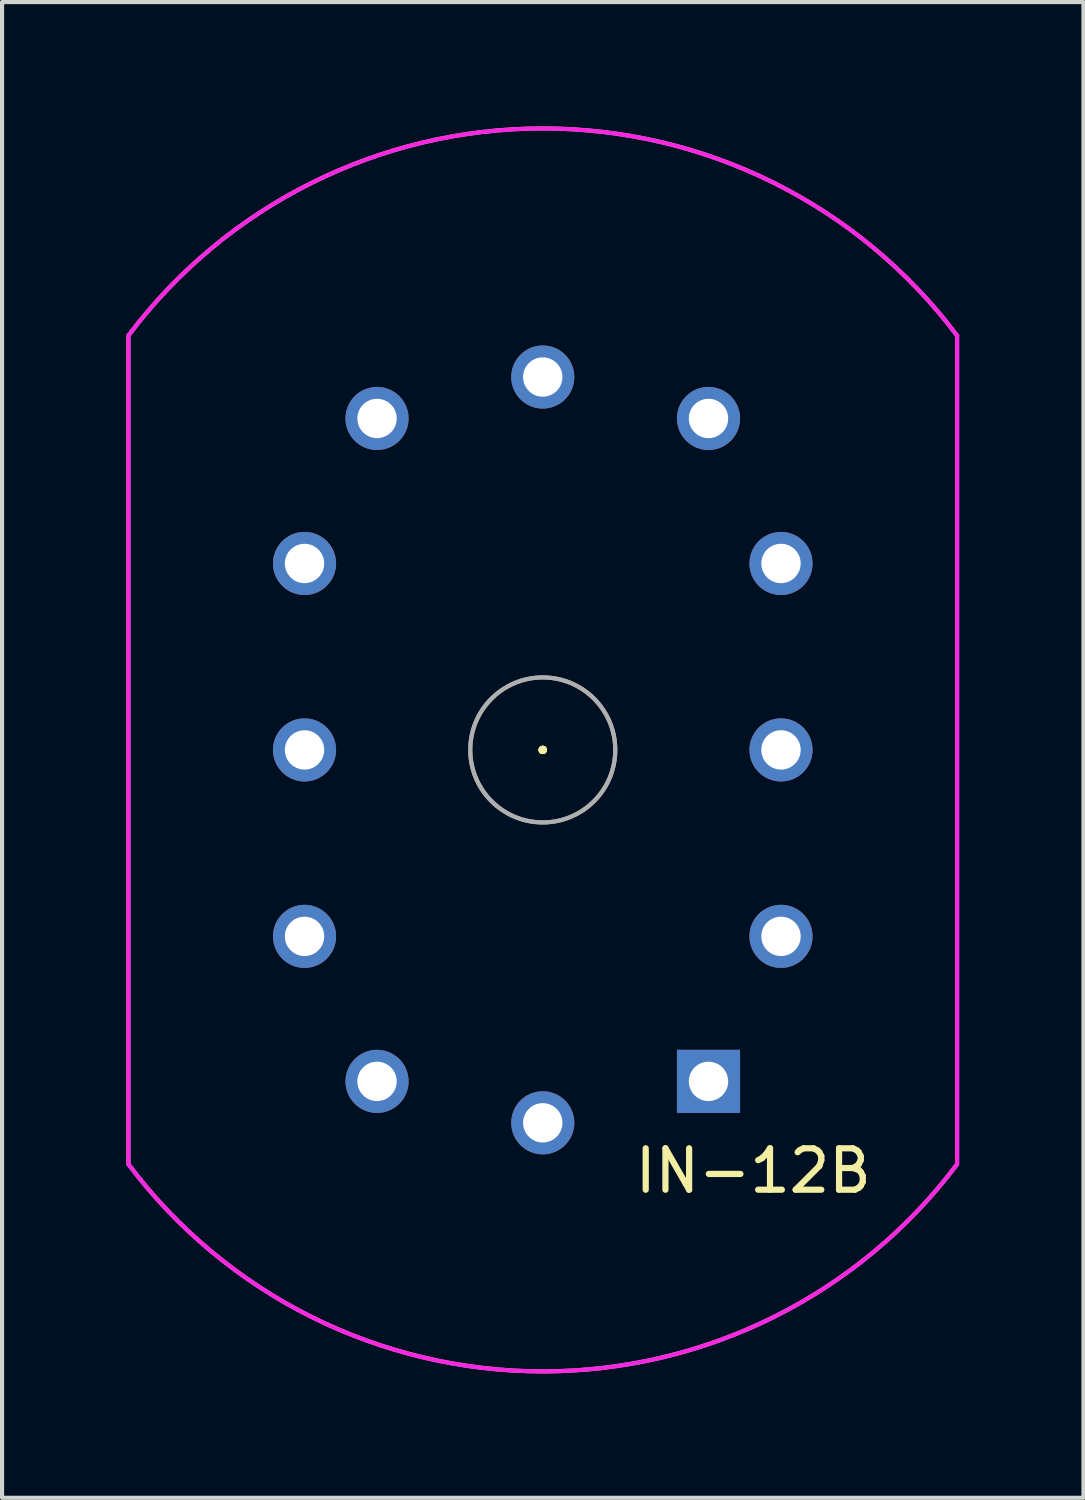
<source format=kicad_pcb>
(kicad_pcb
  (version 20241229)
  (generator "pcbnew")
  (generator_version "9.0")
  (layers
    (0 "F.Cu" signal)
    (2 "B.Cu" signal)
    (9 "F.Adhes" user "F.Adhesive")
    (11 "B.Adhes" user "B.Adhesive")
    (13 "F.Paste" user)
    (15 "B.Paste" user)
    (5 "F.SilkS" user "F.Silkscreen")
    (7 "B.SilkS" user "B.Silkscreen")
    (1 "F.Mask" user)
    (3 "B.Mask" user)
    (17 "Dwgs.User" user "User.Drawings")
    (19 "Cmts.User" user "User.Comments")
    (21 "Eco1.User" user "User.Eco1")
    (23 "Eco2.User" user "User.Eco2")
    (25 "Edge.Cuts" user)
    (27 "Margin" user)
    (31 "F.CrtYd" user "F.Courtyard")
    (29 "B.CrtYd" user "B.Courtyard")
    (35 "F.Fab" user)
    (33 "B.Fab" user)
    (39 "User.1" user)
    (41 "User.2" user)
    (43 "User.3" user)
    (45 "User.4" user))
  (footprint "IN-12B"
    (layer "F.Cu")
    (at 10.05 15.05)
    (property "Reference" "IN-12B" (at 5.08 10.16 0) (layer "F.SilkS") (effects (font (size 1 1) (thickness 0.15))))
    (attr through_hole)
    (fp_line (start 0 0) (end 0 0) (stroke (width 0.1) (type solid)) (layer "F.SilkS"))
    (fp_line (start 0 0) (end 0 0) (stroke (width 0.1) (type solid)) (layer "F.SilkS"))
    (fp_line (start 0 0) (end 0 0) (stroke (width 0.1) (type solid)) (layer "F.SilkS"))
    (fp_line (start 0 0) (end 0 0) (stroke (width 0.1) (type solid)) (layer "F.SilkS"))
    (fp_arc (start 0 0) (mid 0 0) (end 0 0) (stroke (width 0.1) (type solid)) (layer "F.SilkS"))
    (fp_arc (start 0 0) (mid 0 0) (end 0 0) (stroke (width 0.1) (type solid)) (layer "F.SilkS"))
    (fp_arc (start 0 0) (mid 0 0) (end 0 0) (stroke (width 0.1) (type solid)) (layer "F.SilkS"))
    (fp_arc (start 0 0) (mid 0 0) (end 0 0) (stroke (width 0.1) (type solid)) (layer "F.SilkS"))
    (fp_circle (center 0 0) (end 0 0) (stroke (width 0.1) (type solid)) (fill no) (layer "F.SilkS"))
    (fp_circle (center 0 0) (end 0 0) (stroke (width 0.1) (type solid)) (fill no) (layer "F.SilkS"))
    (fp_circle (center 0 0) (end 0 0) (stroke (width 0.1) (type solid)) (fill no) (layer "F.SilkS"))
    (fp_circle (center 0 0) (end 0 0) (stroke (width 0.1) (type solid)) (fill no) (layer "F.SilkS"))
    (fp_line (start -10 10) (end -10 -10) (stroke (width 0.1) (type solid)) (layer "F.CrtYd"))
    (fp_line (start 10 -10) (end 10 10) (stroke (width 0.1) (type solid)) (layer "F.CrtYd"))
    (fp_arc (start -9.992114 -10.010504) (mid 0.006567 -14.999999) (end 10 -10) (stroke (width 0.1) (type solid)) (layer "F.CrtYd"))
    (fp_arc (start 9.992114 10.010504) (mid -0.006567 14.999999) (end -10 10) (stroke (width 0.1) (type solid)) (layer "F.CrtYd"))
    (fp_line (start -10 10) (end -10 -10) (stroke (width 0.1) (type solid)) (layer "F.Fab"))
    (fp_line (start 10 -10) (end 10 10) (stroke (width 0.1) (type solid)) (layer "F.Fab"))
    (fp_arc (start -9.992114 -10.010504) (mid 0.006567 -14.999999) (end 10 -10) (stroke (width 0.1) (type solid)) (layer "F.Fab"))
    (fp_arc (start 9.992114 10.010504) (mid -0.006567 14.999999) (end -10 10) (stroke (width 0.1) (type solid)) (layer "F.Fab"))
    (fp_circle (center 0 0) (end 1.75 0) (stroke (width 0.1) (type solid)) (fill no) (layer "F.Fab"))
    (fp_circle (center 0 0) (end 1.75 0) (stroke (width 0.1) (type solid)) (fill no) (layer "F.Fab"))
    (fp_circle (center 4 8) (end 4.4 8) (stroke (width 0.1) (type solid)) (fill no) (layer "F.Fab"))
    (fp_circle (center 4 8) (end 4.4 8) (stroke (width 0.1) (type solid)) (fill no) (layer "F.Fab"))
    (pad "1" thru_hole rect (at 4 8) (size 1.524 1.524) (drill 0.95) (layers "*.Cu" "*.Mask"))
    (pad "2" thru_hole circle (at 5.75 4.5) (size 1.524 1.524) (drill 0.95) (layers "*.Cu" "*.Mask"))
    (pad "3" thru_hole circle (at 5.75 0) (size 1.524 1.524) (drill 0.95) (layers "*.Cu" "*.Mask"))
    (pad "4" thru_hole circle (at 5.75 -4.5) (size 1.524 1.524) (drill 0.95) (layers "*.Cu" "*.Mask"))
    (pad "5" thru_hole circle (at 4 -8) (size 1.524 1.524) (drill 0.95) (layers "*.Cu" "*.Mask"))
    (pad "6" thru_hole circle (at 0 -9) (size 1.524 1.524) (drill 0.95) (layers "*.Cu" "*.Mask"))
    (pad "7" thru_hole circle (at -4 -8) (size 1.524 1.524) (drill 0.95) (layers "*.Cu" "*.Mask"))
    (pad "8" thru_hole circle (at -5.75 -4.5) (size 1.524 1.524) (drill 0.95) (layers "*.Cu" "*.Mask"))
    (pad "9" thru_hole circle (at -5.75 0) (size 1.524 1.524) (drill 0.95) (layers "*.Cu" "*.Mask"))
    (pad "10" thru_hole circle (at -5.75 4.5) (size 1.524 1.524) (drill 0.95) (layers "*.Cu" "*.Mask"))
    (pad "11" thru_hole circle (at -4 8) (size 1.524 1.524) (drill 0.95) (layers "*.Cu" "*.Mask"))
    (pad "12" thru_hole circle (at 0 9) (size 1.524 1.524) (drill 0.95) (layers "*.Cu" "*.Mask")))
  (gr_rect
    (start -3 -3)
    (end 23.1 33.1)
    (stroke (width 0.1) (type default))
    (fill no)
    (layer "Edge.Cuts")))
</source>
